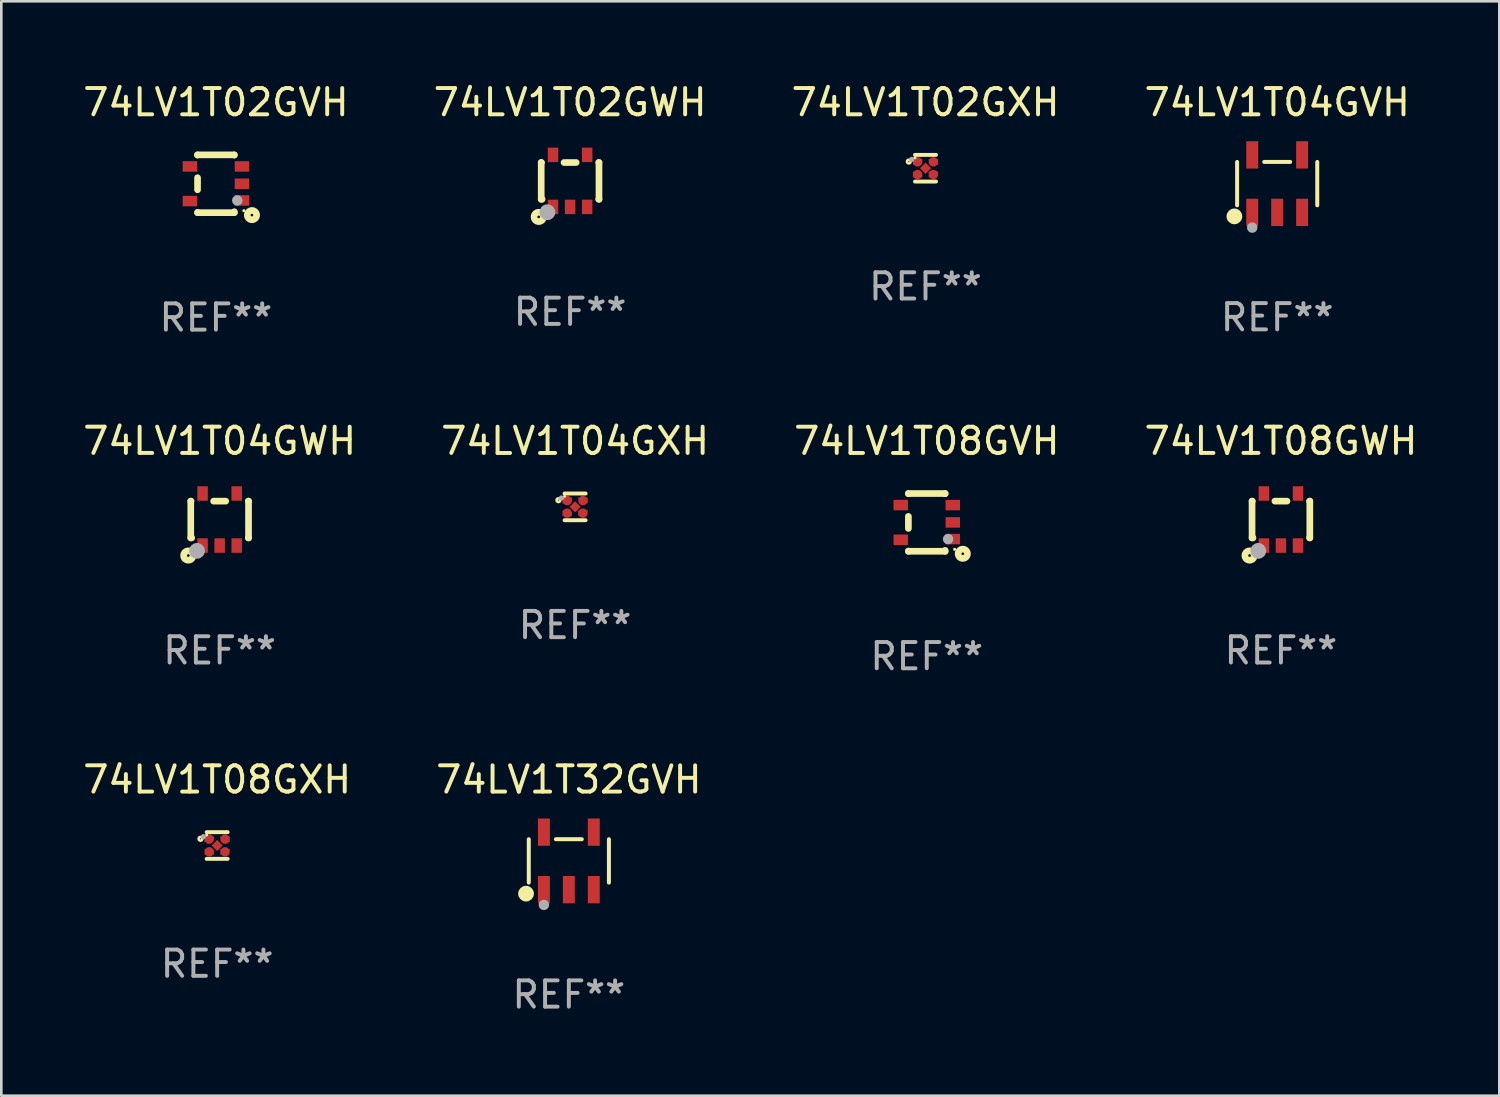
<source format=kicad_pcb>
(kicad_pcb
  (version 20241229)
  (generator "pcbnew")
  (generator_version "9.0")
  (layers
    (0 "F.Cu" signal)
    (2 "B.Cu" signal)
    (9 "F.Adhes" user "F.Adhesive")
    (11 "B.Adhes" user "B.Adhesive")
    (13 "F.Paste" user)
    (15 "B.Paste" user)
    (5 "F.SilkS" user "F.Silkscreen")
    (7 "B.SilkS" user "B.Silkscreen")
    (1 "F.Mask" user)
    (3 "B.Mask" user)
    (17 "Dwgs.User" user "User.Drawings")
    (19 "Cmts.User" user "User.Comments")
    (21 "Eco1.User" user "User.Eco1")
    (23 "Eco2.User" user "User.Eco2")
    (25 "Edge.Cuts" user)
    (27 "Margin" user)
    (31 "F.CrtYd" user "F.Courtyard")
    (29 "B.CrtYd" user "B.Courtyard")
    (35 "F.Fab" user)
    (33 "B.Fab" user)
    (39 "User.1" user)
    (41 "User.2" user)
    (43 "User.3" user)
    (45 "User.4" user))
  (footprint "74LV1T08GWH"
    (layer "F.Cu")
    (at 45.732 16.735)
    (property "Reference" "74LV1T08GWH" (at 0 -2.991 0) (layer "F.SilkS") (effects (font (size 1 1) (thickness 0.15))))
    (attr through_hole)
    (fp_line (start -1.1 -0.7) (end -1.1 0.7) (stroke (width 0.254) (type solid)) (layer "F.SilkS"))
    (fp_line (start -1.1 -0.7) (end -1.09 -0.7) (stroke (width 0.254) (type solid)) (layer "F.SilkS"))
    (fp_line (start -1.1 0.7) (end -1.065 0.7) (stroke (width 0.254) (type solid)) (layer "F.SilkS"))
    (fp_line (start -0.23 -0.7) (end 0.23 -0.7) (stroke (width 0.254) (type solid)) (layer "F.SilkS"))
    (fp_line (start 1.09 -0.7) (end 1.1 -0.7) (stroke (width 0.254) (type solid)) (layer "F.SilkS"))
    (fp_line (start 1.09 0.7) (end 1.1 0.7) (stroke (width 0.254) (type solid)) (layer "F.SilkS"))
    (fp_line (start 1.1 -0.7) (end 1.1 0.7) (stroke (width 0.254) (type solid)) (layer "F.SilkS"))
    (fp_circle (center -1.194 1.372) (end -1.143 1.372) (stroke (width 0.254) (type solid)) (fill no) (layer "F.SilkS"))
    (fp_circle (center -1.05 1.063) (end -1.02 1.063) (stroke (width 0.06) (type solid)) (fill no) (layer "F.SilkS"))
    (fp_circle (center -0.864 1.194) (end -0.713 1.194) (stroke (width 0.3) (type solid)) (fill no) (layer "F.Fab"))
    (fp_text user "REF**" (at 0 4.991 0) (layer "F.Fab") (effects (font (size 1 1) (thickness 0.15))))
    (pad "1" smd rect (at -0.65 0.991 180) (size 0.399 0.551) (layers "F.Cu" "F.Mask" "F.Paste"))
    (pad "2" smd rect (at 0 0.991 180) (size 0.399 0.551) (layers "F.Cu" "F.Mask" "F.Paste"))
    (pad "3" smd rect (at 0.65 0.991 180) (size 0.399 0.551) (layers "F.Cu" "F.Mask" "F.Paste"))
    (pad "4" smd rect (at 0.65 -0.991 180) (size 0.399 0.551) (layers "F.Cu" "F.Mask" "F.Paste"))
    (pad "5" smd rect (at -0.65 -0.991 180) (size 0.399 0.551) (layers "F.Cu" "F.Mask" "F.Paste")))
  (footprint "74LV1T04GVH"
    (layer "F.Cu")
    (at 45.589 3.943)
    (property "Reference" "74LV1T04GVH" (at 0 -3.095 0) (layer "F.SilkS") (effects (font (size 1 1) (thickness 0.15))))
    (attr through_hole)
    (fp_line (start -1.526 0.826) (end -1.526 -0.826) (stroke (width 0.152) (type solid)) (layer "F.SilkS"))
    (fp_line (start 0.494 -0.826) (end -0.494 -0.826) (stroke (width 0.152) (type solid)) (layer "F.SilkS"))
    (fp_line (start 1.526 0.826) (end 1.526 -0.826) (stroke (width 0.152) (type solid)) (layer "F.SilkS"))
    (fp_circle (center -1.63 1.247) (end -1.48 1.247) (stroke (width 0.3) (type solid)) (fill no) (layer "F.SilkS"))
    (fp_circle (center -1.45 1.375) (end -1.42 1.375) (stroke (width 0.06) (type solid)) (fill no) (layer "F.SilkS"))
    (fp_circle (center -0.95 1.675) (end -0.85 1.675) (stroke (width 0.2) (type solid)) (fill no) (layer "F.Fab"))
    (fp_text user "REF**" (at 0 5.095 0) (layer "F.Fab") (effects (font (size 1 1) (thickness 0.15))))
    (pad "1" smd rect (at -0.95 1.095) (size 0.455 1.04) (layers "F.Cu" "F.Mask" "F.Paste"))
    (pad "2" smd rect (at 0 1.095) (size 0.455 1.04) (layers "F.Cu" "F.Mask" "F.Paste"))
    (pad "3" smd rect (at 0.95 1.095) (size 0.455 1.04) (layers "F.Cu" "F.Mask" "F.Paste"))
    (pad "4" smd rect (at 0.95 -1.095) (size 0.455 1.04) (layers "F.Cu" "F.Mask" "F.Paste"))
    (pad "5" smd rect (at -0.95 -1.095) (size 0.455 1.04) (layers "F.Cu" "F.Mask" "F.Paste")))
  (footprint "74LV1T02GXH"
    (layer "F.Cu")
    (at 32.196 3.356)
    (property "Reference" "74LV1T02GXH" (at 0 -2.508 0) (layer "F.SilkS") (effects (font (size 1 1) (thickness 0.15))))
    (attr through_hole)
    (fp_line (start 0.4 -0.508) (end -0.4 -0.508) (stroke (width 0.15) (type solid)) (layer "F.SilkS"))
    (fp_line (start 0.4 0.508) (end -0.4 0.508) (stroke (width 0.15) (type solid)) (layer "F.SilkS"))
    (fp_circle (center -0.635 -0.254) (end -0.615 -0.254) (stroke (width 0.1) (type solid)) (fill no) (layer "F.SilkS"))
    (fp_circle (center -0.401 -0.4) (end -0.371 -0.4) (stroke (width 0.06) (type solid)) (fill no) (layer "F.SilkS"))
    (fp_circle (center -0.523 -0.337) (end -0.473 -0.337) (stroke (width 0.1) (type solid)) (fill no) (layer "F.Fab"))
    (fp_text user "REF**" (at 0 4.508 0) (layer "F.Fab") (effects (font (size 1 1) (thickness 0.15))))
    (pad "1" smd custom (at -0.3 -0.24) (size 0.36 0.22) (layers "F.Cu" "F.Mask" "F.Paste") (options (anchor circle)) (primitives (gr_poly (pts (xy -0.18 -0.11) (xy -0.18 0.11) (xy 0.000127 0.11) (xy 0.18 -0.03) (xy 0.18 -0.11) (xy -0.18 -0.11)) (width 0) (fill yes))))
    (pad "2" smd custom (at -0.3 0.24) (size 0.36 0.22) (layers "F.Cu" "F.Mask" "F.Paste") (options (anchor circle)) (primitives (gr_poly (pts (xy -0.18 0.11) (xy -0.18 -0.11) (xy 0.000127 -0.11) (xy 0.18 0.03) (xy 0.18 0.11) (xy -0.18 0.11)) (width 0) (fill yes))))
    (pad "3" smd rect (at 0.000102 -0.000127 45) (size 0.3 0.3) (layers "F.Cu" "F.Mask" "F.Paste"))
    (pad "4" smd custom (at 0.3 0.24 180) (size 0.36 0.22) (layers "F.Cu" "F.Mask" "F.Paste") (options (anchor circle)) (primitives (gr_poly (pts (xy 0.18 0.11) (xy 0.18 -0.11) (xy -0.000178 -0.11) (xy -0.18 0.03) (xy -0.18 0.11) (xy 0.18 0.11)) (width 0) (fill yes))))
    (pad "5" smd custom (at 0.3 -0.24) (size 0.36 0.22) (layers "F.Cu" "F.Mask" "F.Paste") (options (anchor circle)) (primitives (gr_poly (pts (xy 0.18 -0.11) (xy 0.18 0.11) (xy -0.000152 0.11) (xy -0.18 -0.03) (xy -0.18 -0.11) (xy 0.18 -0.11)) (width 0) (fill yes)))))
  (footprint "74LV1T08GVH"
    (layer "F.Cu")
    (at 32.244 16.845)
    (property "Reference" "74LV1T08GVH" (at 0 -3.1 0) (layer "F.SilkS") (effects (font (size 1 1) (thickness 0.15))))
    (attr through_hole)
    (fp_line (start -0.7 -1.1) (end 0.7 -1.1) (stroke (width 0.254) (type solid)) (layer "F.SilkS"))
    (fp_line (start -0.7 -1.09) (end -0.7 -1.1) (stroke (width 0.254) (type solid)) (layer "F.SilkS"))
    (fp_line (start -0.7 0.23) (end -0.7 -0.23) (stroke (width 0.254) (type solid)) (layer "F.SilkS"))
    (fp_line (start -0.7 1.1) (end -0.7 1.09) (stroke (width 0.254) (type solid)) (layer "F.SilkS"))
    (fp_line (start -0.7 1.1) (end 0.7 1.1) (stroke (width 0.254) (type solid)) (layer "F.SilkS"))
    (fp_line (start 0.7 -1.09) (end 0.7 -1.1) (stroke (width 0.254) (type solid)) (layer "F.SilkS"))
    (fp_line (start 0.7 1.1) (end 0.7 1.065) (stroke (width 0.254) (type solid)) (layer "F.SilkS"))
    (fp_circle (center 1.062 1.025) (end 1.092 1.025) (stroke (width 0.06) (type solid)) (fill no) (layer "F.SilkS"))
    (fp_circle (center 1.372 1.194) (end 1.422 1.194) (stroke (width 0.254) (type solid)) (fill no) (layer "F.SilkS"))
    (fp_circle (center 0.813 0.635) (end 0.913 0.635) (stroke (width 0.2) (type solid)) (fill no) (layer "F.Fab"))
    (fp_text user "REF**" (at 0 5.1 0) (layer "F.Fab") (effects (font (size 1 1) (thickness 0.15))))
    (pad "1" smd rect (at 0.991 0.635 270) (size 0.399 0.551) (layers "F.Cu" "F.Mask" "F.Paste"))
    (pad "2" smd rect (at 0.991 0.000051 270) (size 0.399 0.551) (layers "F.Cu" "F.Mask" "F.Paste"))
    (pad "3" smd rect (at 0.991 -0.66 270) (size 0.399 0.551) (layers "F.Cu" "F.Mask" "F.Paste"))
    (pad "4" smd rect (at -0.991 -0.66 270) (size 0.399 0.551) (layers "F.Cu" "F.Mask" "F.Paste"))
    (pad "5" smd rect (at -0.991 0.66 270) (size 0.399 0.551) (layers "F.Cu" "F.Mask" "F.Paste")))
  (footprint "74LV1T02GWH"
    (layer "F.Cu")
    (at 18.661 3.839)
    (property "Reference" "74LV1T02GWH" (at 0 -2.991 0) (layer "F.SilkS") (effects (font (size 1 1) (thickness 0.15))))
    (attr through_hole)
    (fp_line (start -1.1 -0.7) (end -1.1 0.7) (stroke (width 0.254) (type solid)) (layer "F.SilkS"))
    (fp_line (start -1.1 -0.7) (end -1.09 -0.7) (stroke (width 0.254) (type solid)) (layer "F.SilkS"))
    (fp_line (start -1.1 0.7) (end -1.065 0.7) (stroke (width 0.254) (type solid)) (layer "F.SilkS"))
    (fp_line (start -0.23 -0.7) (end 0.23 -0.7) (stroke (width 0.254) (type solid)) (layer "F.SilkS"))
    (fp_line (start 1.09 -0.7) (end 1.1 -0.7) (stroke (width 0.254) (type solid)) (layer "F.SilkS"))
    (fp_line (start 1.09 0.7) (end 1.1 0.7) (stroke (width 0.254) (type solid)) (layer "F.SilkS"))
    (fp_line (start 1.1 -0.7) (end 1.1 0.7) (stroke (width 0.254) (type solid)) (layer "F.SilkS"))
    (fp_circle (center -1.194 1.372) (end -1.143 1.372) (stroke (width 0.254) (type solid)) (fill no) (layer "F.SilkS"))
    (fp_circle (center -1.05 1.063) (end -1.02 1.063) (stroke (width 0.06) (type solid)) (fill no) (layer "F.SilkS"))
    (fp_circle (center -0.864 1.194) (end -0.713 1.194) (stroke (width 0.3) (type solid)) (fill no) (layer "F.Fab"))
    (fp_text user "REF**" (at 0 4.991 0) (layer "F.Fab") (effects (font (size 1 1) (thickness 0.15))))
    (pad "1" smd rect (at -0.65 0.991 180) (size 0.399 0.551) (layers "F.Cu" "F.Mask" "F.Paste"))
    (pad "2" smd rect (at 0 0.991 180) (size 0.399 0.551) (layers "F.Cu" "F.Mask" "F.Paste"))
    (pad "3" smd rect (at 0.65 0.991 180) (size 0.399 0.551) (layers "F.Cu" "F.Mask" "F.Paste"))
    (pad "4" smd rect (at 0.65 -0.991 180) (size 0.399 0.551) (layers "F.Cu" "F.Mask" "F.Paste"))
    (pad "5" smd rect (at -0.65 -0.991 180) (size 0.399 0.551) (layers "F.Cu" "F.Mask" "F.Paste")))
  (footprint "74LV1T04GXH"
    (layer "F.Cu")
    (at 18.851 16.253)
    (property "Reference" "74LV1T04GXH" (at 0 -2.508 0) (layer "F.SilkS") (effects (font (size 1 1) (thickness 0.15))))
    (attr through_hole)
    (fp_line (start 0.4 -0.508) (end -0.4 -0.508) (stroke (width 0.15) (type solid)) (layer "F.SilkS"))
    (fp_line (start 0.4 0.508) (end -0.4 0.508) (stroke (width 0.15) (type solid)) (layer "F.SilkS"))
    (fp_circle (center -0.635 -0.254) (end -0.615 -0.254) (stroke (width 0.1) (type solid)) (fill no) (layer "F.SilkS"))
    (fp_circle (center -0.401 -0.4) (end -0.371 -0.4) (stroke (width 0.06) (type solid)) (fill no) (layer "F.SilkS"))
    (fp_circle (center -0.523 -0.337) (end -0.473 -0.337) (stroke (width 0.1) (type solid)) (fill no) (layer "F.Fab"))
    (fp_text user "REF**" (at 0 4.508 0) (layer "F.Fab") (effects (font (size 1 1) (thickness 0.15))))
    (pad "1" smd custom (at -0.3 -0.24) (size 0.36 0.22) (layers "F.Cu" "F.Mask" "F.Paste") (options (anchor circle)) (primitives (gr_poly (pts (xy -0.18 -0.11) (xy -0.18 0.11) (xy 0.000127 0.11) (xy 0.18 -0.03) (xy 0.18 -0.11) (xy -0.18 -0.11)) (width 0) (fill yes))))
    (pad "2" smd custom (at -0.3 0.24) (size 0.36 0.22) (layers "F.Cu" "F.Mask" "F.Paste") (options (anchor circle)) (primitives (gr_poly (pts (xy -0.18 0.11) (xy -0.18 -0.11) (xy 0.000127 -0.11) (xy 0.18 0.03) (xy 0.18 0.11) (xy -0.18 0.11)) (width 0) (fill yes))))
    (pad "3" smd rect (at 0.000102 -0.000127 45) (size 0.3 0.3) (layers "F.Cu" "F.Mask" "F.Paste"))
    (pad "4" smd custom (at 0.3 0.24 180) (size 0.36 0.22) (layers "F.Cu" "F.Mask" "F.Paste") (options (anchor circle)) (primitives (gr_poly (pts (xy 0.18 0.11) (xy 0.18 -0.11) (xy -0.000178 -0.11) (xy -0.18 0.03) (xy -0.18 0.11) (xy 0.18 0.11)) (width 0) (fill yes))))
    (pad "5" smd custom (at 0.3 -0.24) (size 0.36 0.22) (layers "F.Cu" "F.Mask" "F.Paste") (options (anchor circle)) (primitives (gr_poly (pts (xy 0.18 -0.11) (xy 0.18 0.11) (xy -0.000152 0.11) (xy -0.18 -0.03) (xy -0.18 -0.11) (xy 0.18 -0.11)) (width 0) (fill yes)))))
  (footprint "74LV1T08GXH"
    (layer "F.Cu")
    (at 5.22 29.149)
    (property "Reference" "74LV1T08GXH" (at 0 -2.508 0) (layer "F.SilkS") (effects (font (size 1 1) (thickness 0.15))))
    (attr through_hole)
    (fp_line (start 0.4 -0.508) (end -0.4 -0.508) (stroke (width 0.15) (type solid)) (layer "F.SilkS"))
    (fp_line (start 0.4 0.508) (end -0.4 0.508) (stroke (width 0.15) (type solid)) (layer "F.SilkS"))
    (fp_circle (center -0.635 -0.254) (end -0.615 -0.254) (stroke (width 0.1) (type solid)) (fill no) (layer "F.SilkS"))
    (fp_circle (center -0.401 -0.4) (end -0.371 -0.4) (stroke (width 0.06) (type solid)) (fill no) (layer "F.SilkS"))
    (fp_circle (center -0.523 -0.337) (end -0.473 -0.337) (stroke (width 0.1) (type solid)) (fill no) (layer "F.Fab"))
    (fp_text user "REF**" (at 0 4.508 0) (layer "F.Fab") (effects (font (size 1 1) (thickness 0.15))))
    (pad "1" smd custom (at -0.3 -0.24) (size 0.36 0.22) (layers "F.Cu" "F.Mask" "F.Paste") (options (anchor circle)) (primitives (gr_poly (pts (xy -0.18 -0.11) (xy -0.18 0.11) (xy 0.000127 0.11) (xy 0.18 -0.03) (xy 0.18 -0.11) (xy -0.18 -0.11)) (width 0) (fill yes))))
    (pad "2" smd custom (at -0.3 0.24) (size 0.36 0.22) (layers "F.Cu" "F.Mask" "F.Paste") (options (anchor circle)) (primitives (gr_poly (pts (xy -0.18 0.11) (xy -0.18 -0.11) (xy 0.000127 -0.11) (xy 0.18 0.03) (xy 0.18 0.11) (xy -0.18 0.11)) (width 0) (fill yes))))
    (pad "3" smd rect (at 0.000102 -0.000127 45) (size 0.3 0.3) (layers "F.Cu" "F.Mask" "F.Paste"))
    (pad "4" smd custom (at 0.3 0.24 180) (size 0.36 0.22) (layers "F.Cu" "F.Mask" "F.Paste") (options (anchor circle)) (primitives (gr_poly (pts (xy 0.18 0.11) (xy 0.18 -0.11) (xy -0.000178 -0.11) (xy -0.18 0.03) (xy -0.18 0.11) (xy 0.18 0.11)) (width 0) (fill yes))))
    (pad "5" smd custom (at 0.3 -0.24) (size 0.36 0.22) (layers "F.Cu" "F.Mask" "F.Paste") (options (anchor circle)) (primitives (gr_poly (pts (xy 0.18 -0.11) (xy 0.18 0.11) (xy -0.000152 0.11) (xy -0.18 -0.03) (xy -0.18 -0.11) (xy 0.18 -0.11)) (width 0) (fill yes)))))
  (footprint "74LV1T02GVH"
    (layer "F.Cu")
    (at 5.173 3.948)
    (property "Reference" "74LV1T02GVH" (at 0 -3.1 0) (layer "F.SilkS") (effects (font (size 1 1) (thickness 0.15))))
    (attr through_hole)
    (fp_line (start -0.7 -1.1) (end 0.7 -1.1) (stroke (width 0.254) (type solid)) (layer "F.SilkS"))
    (fp_line (start -0.7 -1.09) (end -0.7 -1.1) (stroke (width 0.254) (type solid)) (layer "F.SilkS"))
    (fp_line (start -0.7 0.23) (end -0.7 -0.23) (stroke (width 0.254) (type solid)) (layer "F.SilkS"))
    (fp_line (start -0.7 1.1) (end -0.7 1.09) (stroke (width 0.254) (type solid)) (layer "F.SilkS"))
    (fp_line (start -0.7 1.1) (end 0.7 1.1) (stroke (width 0.254) (type solid)) (layer "F.SilkS"))
    (fp_line (start 0.7 -1.09) (end 0.7 -1.1) (stroke (width 0.254) (type solid)) (layer "F.SilkS"))
    (fp_line (start 0.7 1.1) (end 0.7 1.065) (stroke (width 0.254) (type solid)) (layer "F.SilkS"))
    (fp_circle (center 1.062 1.025) (end 1.092 1.025) (stroke (width 0.06) (type solid)) (fill no) (layer "F.SilkS"))
    (fp_circle (center 1.372 1.194) (end 1.422 1.194) (stroke (width 0.254) (type solid)) (fill no) (layer "F.SilkS"))
    (fp_circle (center 0.813 0.635) (end 0.913 0.635) (stroke (width 0.2) (type solid)) (fill no) (layer "F.Fab"))
    (fp_text user "REF**" (at 0 5.1 0) (layer "F.Fab") (effects (font (size 1 1) (thickness 0.15))))
    (pad "1" smd rect (at 0.991 0.635 270) (size 0.399 0.551) (layers "F.Cu" "F.Mask" "F.Paste"))
    (pad "2" smd rect (at 0.991 0.000051 270) (size 0.399 0.551) (layers "F.Cu" "F.Mask" "F.Paste"))
    (pad "3" smd rect (at 0.991 -0.66 270) (size 0.399 0.551) (layers "F.Cu" "F.Mask" "F.Paste"))
    (pad "4" smd rect (at -0.991 -0.66 270) (size 0.399 0.551) (layers "F.Cu" "F.Mask" "F.Paste"))
    (pad "5" smd rect (at -0.991 0.66 270) (size 0.399 0.551) (layers "F.Cu" "F.Mask" "F.Paste")))
  (footprint "74LV1T32GVH"
    (layer "F.Cu")
    (at 18.613 29.736)
    (property "Reference" "74LV1T32GVH" (at 0 -3.095 0) (layer "F.SilkS") (effects (font (size 1 1) (thickness 0.15))))
    (attr through_hole)
    (fp_line (start -1.526 0.826) (end -1.526 -0.826) (stroke (width 0.152) (type solid)) (layer "F.SilkS"))
    (fp_line (start 0.494 -0.826) (end -0.494 -0.826) (stroke (width 0.152) (type solid)) (layer "F.SilkS"))
    (fp_line (start 1.526 0.826) (end 1.526 -0.826) (stroke (width 0.152) (type solid)) (layer "F.SilkS"))
    (fp_circle (center -1.63 1.247) (end -1.48 1.247) (stroke (width 0.3) (type solid)) (fill no) (layer "F.SilkS"))
    (fp_circle (center -1.45 1.375) (end -1.42 1.375) (stroke (width 0.06) (type solid)) (fill no) (layer "F.SilkS"))
    (fp_circle (center -0.95 1.675) (end -0.85 1.675) (stroke (width 0.2) (type solid)) (fill no) (layer "F.Fab"))
    (fp_text user "REF**" (at 0 5.095 0) (layer "F.Fab") (effects (font (size 1 1) (thickness 0.15))))
    (pad "1" smd rect (at -0.95 1.095) (size 0.455 1.04) (layers "F.Cu" "F.Mask" "F.Paste"))
    (pad "2" smd rect (at 0 1.095) (size 0.455 1.04) (layers "F.Cu" "F.Mask" "F.Paste"))
    (pad "3" smd rect (at 0.95 1.095) (size 0.455 1.04) (layers "F.Cu" "F.Mask" "F.Paste"))
    (pad "4" smd rect (at 0.95 -1.095) (size 0.455 1.04) (layers "F.Cu" "F.Mask" "F.Paste"))
    (pad "5" smd rect (at -0.95 -1.095) (size 0.455 1.04) (layers "F.Cu" "F.Mask" "F.Paste")))
  (footprint "74LV1T04GWH"
    (layer "F.Cu")
    (at 5.315 16.735)
    (property "Reference" "74LV1T04GWH" (at 0 -2.991 0) (layer "F.SilkS") (effects (font (size 1 1) (thickness 0.15))))
    (attr through_hole)
    (fp_line (start -1.1 -0.7) (end -1.1 0.7) (stroke (width 0.254) (type solid)) (layer "F.SilkS"))
    (fp_line (start -1.1 -0.7) (end -1.09 -0.7) (stroke (width 0.254) (type solid)) (layer "F.SilkS"))
    (fp_line (start -1.1 0.7) (end -1.065 0.7) (stroke (width 0.254) (type solid)) (layer "F.SilkS"))
    (fp_line (start -0.23 -0.7) (end 0.23 -0.7) (stroke (width 0.254) (type solid)) (layer "F.SilkS"))
    (fp_line (start 1.09 -0.7) (end 1.1 -0.7) (stroke (width 0.254) (type solid)) (layer "F.SilkS"))
    (fp_line (start 1.09 0.7) (end 1.1 0.7) (stroke (width 0.254) (type solid)) (layer "F.SilkS"))
    (fp_line (start 1.1 -0.7) (end 1.1 0.7) (stroke (width 0.254) (type solid)) (layer "F.SilkS"))
    (fp_circle (center -1.194 1.372) (end -1.143 1.372) (stroke (width 0.254) (type solid)) (fill no) (layer "F.SilkS"))
    (fp_circle (center -1.05 1.063) (end -1.02 1.063) (stroke (width 0.06) (type solid)) (fill no) (layer "F.SilkS"))
    (fp_circle (center -0.864 1.194) (end -0.713 1.194) (stroke (width 0.3) (type solid)) (fill no) (layer "F.Fab"))
    (fp_text user "REF**" (at 0 4.991 0) (layer "F.Fab") (effects (font (size 1 1) (thickness 0.15))))
    (pad "1" smd rect (at -0.65 0.991 180) (size 0.399 0.551) (layers "F.Cu" "F.Mask" "F.Paste"))
    (pad "2" smd rect (at 0 0.991 180) (size 0.399 0.551) (layers "F.Cu" "F.Mask" "F.Paste"))
    (pad "3" smd rect (at 0.65 0.991 180) (size 0.399 0.551) (layers "F.Cu" "F.Mask" "F.Paste"))
    (pad "4" smd rect (at 0.65 -0.991 180) (size 0.399 0.551) (layers "F.Cu" "F.Mask" "F.Paste"))
    (pad "5" smd rect (at -0.65 -0.991 180) (size 0.399 0.551) (layers "F.Cu" "F.Mask" "F.Paste")))
  (gr_rect
    (start -3 -3)
    (end 54.048 38.679)
    (stroke (width 0.1) (type default))
    (fill no)
    (layer "Edge.Cuts")))
</source>
